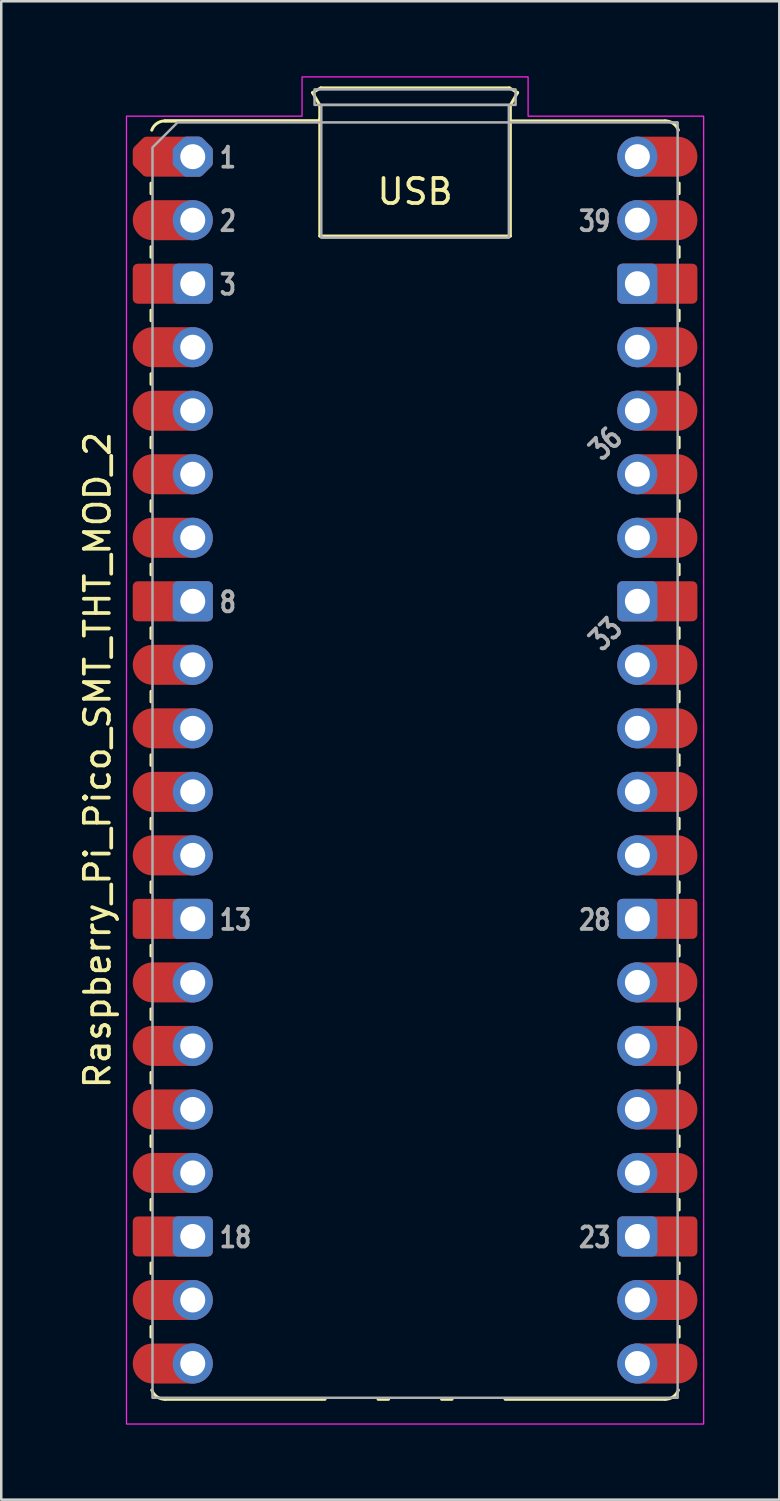
<source format=kicad_pcb>
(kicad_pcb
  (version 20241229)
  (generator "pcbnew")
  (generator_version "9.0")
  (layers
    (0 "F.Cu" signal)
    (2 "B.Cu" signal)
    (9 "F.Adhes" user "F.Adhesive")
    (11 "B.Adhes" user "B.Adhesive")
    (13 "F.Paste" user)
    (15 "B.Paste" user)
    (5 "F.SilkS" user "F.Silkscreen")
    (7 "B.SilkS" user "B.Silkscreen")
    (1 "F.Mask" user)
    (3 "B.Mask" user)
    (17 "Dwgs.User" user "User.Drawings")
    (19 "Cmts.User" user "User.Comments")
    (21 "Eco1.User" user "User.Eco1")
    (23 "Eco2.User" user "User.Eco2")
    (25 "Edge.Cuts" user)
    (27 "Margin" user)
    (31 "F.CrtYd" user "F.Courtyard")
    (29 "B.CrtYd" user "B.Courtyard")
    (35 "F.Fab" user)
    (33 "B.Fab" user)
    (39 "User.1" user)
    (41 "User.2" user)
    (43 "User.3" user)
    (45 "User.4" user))
  (footprint "Raspberry_Pi_Pico_SMT_THT_MOD_2"
    (layer "F.Cu")
    (at 4.658 3.215)
    (property "Reference" "Raspberry_Pi_Pico_SMT_THT_MOD_2" (at -3.81 24.13 270) (layer "F.SilkS") (effects (font (size 1 1) (thickness 0.15))))
    (attr through_hole)
    (fp_line (start -1.67 1.06) (end -1.67 1.48) (stroke (width 0.12) (type solid)) (layer "F.SilkS"))
    (fp_line (start -1.67 3.6) (end -1.67 4.02) (stroke (width 0.12) (type solid)) (layer "F.SilkS"))
    (fp_line (start -1.67 6.14) (end -1.67 6.56) (stroke (width 0.12) (type solid)) (layer "F.SilkS"))
    (fp_line (start -1.67 8.68) (end -1.67 9.1) (stroke (width 0.12) (type solid)) (layer "F.SilkS"))
    (fp_line (start -1.67 11.22) (end -1.67 11.64) (stroke (width 0.12) (type solid)) (layer "F.SilkS"))
    (fp_line (start -1.67 13.76) (end -1.67 14.18) (stroke (width 0.12) (type solid)) (layer "F.SilkS"))
    (fp_line (start -1.67 16.3) (end -1.67 16.72) (stroke (width 0.12) (type solid)) (layer "F.SilkS"))
    (fp_line (start -1.67 18.84) (end -1.67 19.26) (stroke (width 0.12) (type solid)) (layer "F.SilkS"))
    (fp_line (start -1.67 21.38) (end -1.67 21.8) (stroke (width 0.12) (type solid)) (layer "F.SilkS"))
    (fp_line (start -1.67 23.92) (end -1.67 24.34) (stroke (width 0.12) (type solid)) (layer "F.SilkS"))
    (fp_line (start -1.67 26.46) (end -1.67 26.88) (stroke (width 0.12) (type solid)) (layer "F.SilkS"))
    (fp_line (start -1.67 29) (end -1.67 29.42) (stroke (width 0.12) (type solid)) (layer "F.SilkS"))
    (fp_line (start -1.67 31.54) (end -1.67 31.96) (stroke (width 0.12) (type solid)) (layer "F.SilkS"))
    (fp_line (start -1.67 34.08) (end -1.67 34.5) (stroke (width 0.12) (type solid)) (layer "F.SilkS"))
    (fp_line (start -1.67 36.62) (end -1.67 37.04) (stroke (width 0.12) (type solid)) (layer "F.SilkS"))
    (fp_line (start -1.67 39.16) (end -1.67 39.58) (stroke (width 0.12) (type solid)) (layer "F.SilkS"))
    (fp_line (start -1.67 41.7) (end -1.67 42.12) (stroke (width 0.12) (type solid)) (layer "F.SilkS"))
    (fp_line (start -1.67 44.24) (end -1.67 44.66) (stroke (width 0.12) (type solid)) (layer "F.SilkS"))
    (fp_line (start -1.67 46.78) (end -1.67 47.2) (stroke (width 0.12) (type solid)) (layer "F.SilkS"))
    (fp_line (start -1.11 -1.43) (end 5.08 -1.43) (stroke (width 0.12) (type solid)) (layer "F.SilkS"))
    (fp_line (start -1.11 49.69) (end 5.29 49.69) (stroke (width 0.12) (type solid)) (layer "F.SilkS"))
    (fp_line (start 4.79 -2.56) (end 5.12 -2.75) (stroke (width 0.12) (type solid)) (layer "F.SilkS"))
    (fp_line (start 5.08 -2.06) (end 4.79 -2.56) (stroke (width 0.12) (type solid)) (layer "F.SilkS"))
    (fp_line (start 5.08 -1.524) (end 5.08 3.175) (stroke (width 0.12) (type solid)) (layer "F.SilkS"))
    (fp_line (start 5.08 -1.43) (end -1.11 -1.43) (stroke (width 0.12) (type solid)) (layer "F.SilkS"))
    (fp_line (start 5.08 -1.43) (end 5.08 -2.06) (stroke (width 0.12) (type solid)) (layer "F.SilkS"))
    (fp_line (start 5.08 3.175) (end 12.7 3.175) (stroke (width 0.12) (type solid)) (layer "F.SilkS"))
    (fp_line (start 5.12 -2.75) (end 12.66 -2.75) (stroke (width 0.12) (type solid)) (layer "F.SilkS"))
    (fp_line (start 7.41 49.69) (end 7.83 49.69) (stroke (width 0.12) (type solid)) (layer "F.SilkS"))
    (fp_line (start 9.95 49.69) (end 10.37 49.69) (stroke (width 0.12) (type solid)) (layer "F.SilkS"))
    (fp_line (start 12.49 49.69) (end 18.89 49.69) (stroke (width 0.12) (type solid)) (layer "F.SilkS"))
    (fp_line (start 12.66 -2.75) (end 12.99 -2.56) (stroke (width 0.12) (type solid)) (layer "F.SilkS"))
    (fp_line (start 12.7 -2.06) (end 12.7 -1.43) (stroke (width 0.12) (type solid)) (layer "F.SilkS"))
    (fp_line (start 12.7 3.175) (end 12.7 -1.43) (stroke (width 0.12) (type solid)) (layer "F.SilkS"))
    (fp_line (start 12.99 -2.56) (end 12.7 -2.06) (stroke (width 0.12) (type solid)) (layer "F.SilkS"))
    (fp_line (start 18.89 -1.43) (end 12.7 -1.43) (stroke (width 0.12) (type solid)) (layer "F.SilkS"))
    (fp_line (start 19.45 1.06) (end 19.45 1.48) (stroke (width 0.12) (type solid)) (layer "F.SilkS"))
    (fp_line (start 19.45 3.6) (end 19.45 4.02) (stroke (width 0.12) (type solid)) (layer "F.SilkS"))
    (fp_line (start 19.45 6.14) (end 19.45 6.56) (stroke (width 0.12) (type solid)) (layer "F.SilkS"))
    (fp_line (start 19.45 8.68) (end 19.45 9.1) (stroke (width 0.12) (type solid)) (layer "F.SilkS"))
    (fp_line (start 19.45 11.22) (end 19.45 11.64) (stroke (width 0.12) (type solid)) (layer "F.SilkS"))
    (fp_line (start 19.45 13.76) (end 19.45 14.18) (stroke (width 0.12) (type solid)) (layer "F.SilkS"))
    (fp_line (start 19.45 16.3) (end 19.45 16.72) (stroke (width 0.12) (type solid)) (layer "F.SilkS"))
    (fp_line (start 19.45 18.84) (end 19.45 19.26) (stroke (width 0.12) (type solid)) (layer "F.SilkS"))
    (fp_line (start 19.45 21.38) (end 19.45 21.8) (stroke (width 0.12) (type solid)) (layer "F.SilkS"))
    (fp_line (start 19.45 23.92) (end 19.45 24.34) (stroke (width 0.12) (type solid)) (layer "F.SilkS"))
    (fp_line (start 19.45 26.46) (end 19.45 26.88) (stroke (width 0.12) (type solid)) (layer "F.SilkS"))
    (fp_line (start 19.45 29) (end 19.45 29.42) (stroke (width 0.12) (type solid)) (layer "F.SilkS"))
    (fp_line (start 19.45 31.54) (end 19.45 31.96) (stroke (width 0.12) (type solid)) (layer "F.SilkS"))
    (fp_line (start 19.45 34.08) (end 19.45 34.5) (stroke (width 0.12) (type solid)) (layer "F.SilkS"))
    (fp_line (start 19.45 36.62) (end 19.45 37.04) (stroke (width 0.12) (type solid)) (layer "F.SilkS"))
    (fp_line (start 19.45 39.16) (end 19.45 39.58) (stroke (width 0.12) (type solid)) (layer "F.SilkS"))
    (fp_line (start 19.45 41.7) (end 19.45 42.12) (stroke (width 0.12) (type solid)) (layer "F.SilkS"))
    (fp_line (start 19.45 44.24) (end 19.45 44.66) (stroke (width 0.12) (type solid)) (layer "F.SilkS"))
    (fp_line (start 19.45 46.78) (end 19.45 47.2) (stroke (width 0.12) (type solid)) (layer "F.SilkS"))
    (fp_arc (start -1.64 -1.06) (mid -1.433508 -1.328808) (end -1.11 -1.43) (stroke (width 0.12) (type solid)) (layer "F.SilkS"))
    (fp_arc (start -1.11 49.69) (mid -1.433508 49.588809) (end -1.64 49.32) (stroke (width 0.12) (type solid)) (layer "F.SilkS"))
    (fp_arc (start 18.89 -1.43) (mid 19.213508 -1.328809) (end 19.42 -1.06) (stroke (width 0.12) (type solid)) (layer "F.SilkS"))
    (fp_arc (start 19.42 49.32) (mid 19.213508 49.588808) (end 18.89 49.69) (stroke (width 0.12) (type solid)) (layer "F.SilkS"))
    (fp_poly (pts (xy 13.41 -1.62) (xy 20.43 -1.62) (xy 20.43 50.68) (xy -2.65 50.68) (xy -2.65 -1.62) (xy 4.37 -1.62) (xy 4.37 -3.19) (xy 13.41 -3.19)) (stroke (width 0.05) (type solid)) (fill no) (layer "F.CrtYd"))
    (fp_rect (start 4.87 -2.69) (end 12.91 -2.07) (stroke (width 0.1) (type solid)) (fill no) (layer "F.Fab"))
    (fp_rect (start 5.14 -2.07) (end 12.64 3.24) (stroke (width 0.1) (type solid)) (fill no) (layer "F.Fab"))
    (fp_poly (pts (xy 19.39 49.63) (xy -1.61 49.63) (xy -1.61 -0.37) (xy -0.61 -1.37) (xy 19.39 -1.37)) (stroke (width 0.1) (type solid)) (fill no) (layer "F.Fab"))
    (fp_text user "USB" (at 8.89 1.397 0) (unlocked yes) (layer "F.SilkS") (effects (font (size 1 1) (thickness 0.15))))
    (fp_text user "2" (at 1 2.578 0) (unlocked yes) (layer "F.Fab") (effects (font (size 0.8 0.64) (thickness 0.15)) (justify left)))
    (fp_text user "1" (at 1 0.038 0) (unlocked yes) (layer "F.Fab") (effects (font (size 0.8 0.64) (thickness 0.15)) (justify left)))
    (fp_text user "3" (at 1 5.118 0) (unlocked yes) (layer "F.Fab") (effects (font (size 0.8 0.64) (thickness 0.15)) (justify left)))
    (fp_text user "23" (at 16.78 43.218 0) (unlocked yes) (layer "F.Fab") (effects (font (size 0.8 0.64) (thickness 0.15)) (justify right)))
    (fp_text user "39" (at 16.78 2.578 0) (unlocked yes) (layer "F.Fab") (effects (font (size 0.8 0.64) (thickness 0.15)) (justify right)))
    (fp_text user "36" (at 16.51 11.468 45) (unlocked yes) (layer "F.Fab") (effects (font (size 0.8 0.64) (thickness 0.15))))
    (fp_text user "8" (at 1 17.818 0) (unlocked yes) (layer "F.Fab") (effects (font (size 0.8 0.64) (thickness 0.15)) (justify left)))
    (fp_text user "28" (at 16.78 30.518 0) (unlocked yes) (layer "F.Fab") (effects (font (size 0.8 0.64) (thickness 0.15)) (justify right)))
    (fp_text user "33" (at 16.51 19.088 45) (unlocked yes) (layer "F.Fab") (effects (font (size 0.8 0.64) (thickness 0.15))))
    (fp_text user "18" (at 1 43.218 0) (unlocked yes) (layer "F.Fab") (effects (font (size 0.8 0.64) (thickness 0.15)) (justify left)))
    (fp_text user "13" (at 1 30.518 0) (unlocked yes) (layer "F.Fab") (effects (font (size 0.8 0.64) (thickness 0.15)) (justify left)))
    (pad "1" smd custom (at -1.6 0) (size 1.6 1.6) (layers "F.Cu" "F.Mask") (options (anchor circle)) (primitives (gr_poly (pts (xy 2.2 0.249) (xy 1.849 0.6) (xy -0.249 0.6) (xy -0.6 0.249) (xy -0.6 -0.249) (xy -0.249 -0.6) (xy 1.849 -0.6) (xy 2.2 -0.249)) (width 0.4) (fill yes))))
    (pad "1" thru_hole custom (at 0 0) (size 1.6 1.6) (drill 1) (layers "*.Cu" "*.Mask") (options (anchor circle)) (primitives (gr_poly (pts (xy 0.6 0.249) (xy 0.249 0.6) (xy -0.249 0.6) (xy -0.6 0.249) (xy -0.6 -0.249) (xy -0.249 -0.6) (xy 0.249 -0.6) (xy 0.6 -0.249)) (width 0.4) (fill yes))))
    (pad "2" smd oval (at -1.6 2.54) (size 3.2 1.6) (drill (offset 0.8 0)) (layers "F.Cu" "F.Mask"))
    (pad "2" thru_hole circle (at 0 2.54) (size 1.6 1.6) (drill 1) (layers "*.Cu" "*.Mask"))
    (pad "3" smd roundrect (at -1.6 5.08) (size 3.2 1.6) (drill (offset 0.8 0)) (layers "F.Cu" "F.Mask") (roundrect_rratio 0.125))
    (pad "3" thru_hole roundrect (at 0 5.08) (size 1.6 1.6) (drill 1) (layers "*.Cu" "*.Mask") (roundrect_rratio 0.125))
    (pad "4" smd oval (at -1.6 7.62) (size 3.2 1.6) (drill (offset 0.8 0)) (layers "F.Cu" "F.Mask"))
    (pad "4" thru_hole circle (at 0 7.62) (size 1.6 1.6) (drill 1) (layers "*.Cu" "*.Mask"))
    (pad "5" smd oval (at -1.6 10.16) (size 3.2 1.6) (drill (offset 0.8 0)) (layers "F.Cu" "F.Mask"))
    (pad "5" thru_hole circle (at 0 10.16) (size 1.6 1.6) (drill 1) (layers "*.Cu" "*.Mask"))
    (pad "6" smd oval (at -1.6 12.7) (size 3.2 1.6) (drill (offset 0.8 0)) (layers "F.Cu" "F.Mask"))
    (pad "6" thru_hole circle (at 0 12.7) (size 1.6 1.6) (drill 1) (layers "*.Cu" "*.Mask"))
    (pad "7" smd oval (at -1.6 15.24) (size 3.2 1.6) (drill (offset 0.8 0)) (layers "F.Cu" "F.Mask"))
    (pad "7" thru_hole circle (at 0 15.24) (size 1.6 1.6) (drill 1) (layers "*.Cu" "*.Mask"))
    (pad "8" smd roundrect (at -1.6 17.78) (size 3.2 1.6) (drill (offset 0.8 0)) (layers "F.Cu" "F.Mask") (roundrect_rratio 0.125))
    (pad "8" thru_hole roundrect (at 0 17.78) (size 1.6 1.6) (drill 1) (layers "*.Cu" "*.Mask") (roundrect_rratio 0.125))
    (pad "9" smd oval (at -1.6 20.32) (size 3.2 1.6) (drill (offset 0.8 0)) (layers "F.Cu" "F.Mask"))
    (pad "9" thru_hole circle (at 0 20.32) (size 1.6 1.6) (drill 1) (layers "*.Cu" "*.Mask"))
    (pad "10" smd oval (at -1.6 22.86) (size 3.2 1.6) (drill (offset 0.8 0)) (layers "F.Cu" "F.Mask"))
    (pad "10" thru_hole circle (at 0 22.86) (size 1.6 1.6) (drill 1) (layers "*.Cu" "*.Mask"))
    (pad "11" smd oval (at -1.6 25.4) (size 3.2 1.6) (drill (offset 0.8 0)) (layers "F.Cu" "F.Mask"))
    (pad "11" thru_hole circle (at 0 25.4) (size 1.6 1.6) (drill 1) (layers "*.Cu" "*.Mask"))
    (pad "12" smd oval (at -1.6 27.94) (size 3.2 1.6) (drill (offset 0.8 0)) (layers "F.Cu" "F.Mask"))
    (pad "12" thru_hole circle (at 0 27.94) (size 1.6 1.6) (drill 1) (layers "*.Cu" "*.Mask"))
    (pad "13" smd roundrect (at -1.6 30.48) (size 3.2 1.6) (drill (offset 0.8 0)) (layers "F.Cu" "F.Mask") (roundrect_rratio 0.125))
    (pad "13" thru_hole roundrect (at 0 30.48) (size 1.6 1.6) (drill 1) (layers "*.Cu" "*.Mask") (roundrect_rratio 0.125))
    (pad "14" smd oval (at -1.6 33.02) (size 3.2 1.6) (drill (offset 0.8 0)) (layers "F.Cu" "F.Mask"))
    (pad "14" thru_hole circle (at 0 33.02) (size 1.6 1.6) (drill 1) (layers "*.Cu" "*.Mask"))
    (pad "15" smd oval (at -1.6 35.56) (size 3.2 1.6) (drill (offset 0.8 0)) (layers "F.Cu" "F.Mask"))
    (pad "15" thru_hole circle (at 0 35.56) (size 1.6 1.6) (drill 1) (layers "*.Cu" "*.Mask"))
    (pad "16" smd oval (at -1.6 38.1) (size 3.2 1.6) (drill (offset 0.8 0)) (layers "F.Cu" "F.Mask"))
    (pad "16" thru_hole circle (at 0 38.1) (size 1.6 1.6) (drill 1) (layers "*.Cu" "*.Mask"))
    (pad "17" smd oval (at -1.6 40.64) (size 3.2 1.6) (drill (offset 0.8 0)) (layers "F.Cu" "F.Mask"))
    (pad "17" thru_hole circle (at 0 40.64) (size 1.6 1.6) (drill 1) (layers "*.Cu" "*.Mask"))
    (pad "18" smd roundrect (at -1.6 43.18) (size 3.2 1.6) (drill (offset 0.8 0)) (layers "F.Cu" "F.Mask") (roundrect_rratio 0.125))
    (pad "18" thru_hole roundrect (at 0 43.18) (size 1.6 1.6) (drill 1) (layers "*.Cu" "*.Mask") (roundrect_rratio 0.125))
    (pad "19" smd oval (at -1.6 45.72) (size 3.2 1.6) (drill (offset 0.8 0)) (layers "F.Cu" "F.Mask"))
    (pad "19" thru_hole circle (at 0 45.72) (size 1.6 1.6) (drill 1) (layers "*.Cu" "*.Mask"))
    (pad "20" smd oval (at -1.6 48.26) (size 3.2 1.6) (drill (offset 0.8 0)) (layers "F.Cu" "F.Mask"))
    (pad "20" thru_hole circle (at 0 48.26) (size 1.6 1.6) (drill 1) (layers "*.Cu" "*.Mask"))
    (pad "21" thru_hole circle (at 17.78 48.26) (size 1.6 1.6) (drill 1) (layers "*.Cu" "*.Mask"))
    (pad "21" smd oval (at 19.38 48.26) (size 3.2 1.6) (drill (offset -0.8 0)) (layers "F.Cu" "F.Mask"))
    (pad "22" thru_hole circle (at 17.78 45.72) (size 1.6 1.6) (drill 1) (layers "*.Cu" "*.Mask"))
    (pad "22" smd oval (at 19.38 45.72) (size 3.2 1.6) (drill (offset -0.8 0)) (layers "F.Cu" "F.Mask"))
    (pad "23" thru_hole roundrect (at 17.78 43.18) (size 1.6 1.6) (drill 1) (layers "*.Cu" "*.Mask") (roundrect_rratio 0.125))
    (pad "23" smd roundrect (at 19.38 43.18) (size 3.2 1.6) (drill (offset -0.8 0)) (layers "F.Cu" "F.Mask") (roundrect_rratio 0.125))
    (pad "24" thru_hole circle (at 17.78 40.64) (size 1.6 1.6) (drill 1) (layers "*.Cu" "*.Mask"))
    (pad "24" smd oval (at 19.38 40.64) (size 3.2 1.6) (drill (offset -0.8 0)) (layers "F.Cu" "F.Mask"))
    (pad "25" thru_hole circle (at 17.78 38.1) (size 1.6 1.6) (drill 1) (layers "*.Cu" "*.Mask"))
    (pad "25" smd oval (at 19.38 38.1) (size 3.2 1.6) (drill (offset -0.8 0)) (layers "F.Cu" "F.Mask"))
    (pad "26" thru_hole circle (at 17.78 35.56) (size 1.6 1.6) (drill 1) (layers "*.Cu" "*.Mask"))
    (pad "26" smd oval (at 19.38 35.56) (size 3.2 1.6) (drill (offset -0.8 0)) (layers "F.Cu" "F.Mask"))
    (pad "27" thru_hole circle (at 17.78 33.02) (size 1.6 1.6) (drill 1) (layers "*.Cu" "*.Mask"))
    (pad "27" smd oval (at 19.38 33.02) (size 3.2 1.6) (drill (offset -0.8 0)) (layers "F.Cu" "F.Mask"))
    (pad "28" thru_hole roundrect (at 17.78 30.48) (size 1.6 1.6) (drill 1) (layers "*.Cu" "*.Mask") (roundrect_rratio 0.125))
    (pad "28" smd roundrect (at 19.38 30.48) (size 3.2 1.6) (drill (offset -0.8 0)) (layers "F.Cu" "F.Mask") (roundrect_rratio 0.125))
    (pad "29" thru_hole circle (at 17.78 27.94) (size 1.6 1.6) (drill 1) (layers "*.Cu" "*.Mask"))
    (pad "29" smd oval (at 19.38 27.94) (size 3.2 1.6) (drill (offset -0.8 0)) (layers "F.Cu" "F.Mask"))
    (pad "30" thru_hole circle (at 17.78 25.4) (size 1.6 1.6) (drill 1) (layers "*.Cu" "*.Mask"))
    (pad "30" smd oval (at 19.38 25.4) (size 3.2 1.6) (drill (offset -0.8 0)) (layers "F.Cu" "F.Mask"))
    (pad "31" thru_hole circle (at 17.78 22.86) (size 1.6 1.6) (drill 1) (layers "*.Cu" "*.Mask"))
    (pad "31" smd oval (at 19.38 22.86) (size 3.2 1.6) (drill (offset -0.8 0)) (layers "F.Cu" "F.Mask"))
    (pad "32" thru_hole circle (at 17.78 20.32) (size 1.6 1.6) (drill 1) (layers "*.Cu" "*.Mask"))
    (pad "32" smd oval (at 19.38 20.32) (size 3.2 1.6) (drill (offset -0.8 0)) (layers "F.Cu" "F.Mask"))
    (pad "33" thru_hole roundrect (at 17.78 17.78) (size 1.6 1.6) (drill 1) (layers "*.Cu" "*.Mask") (roundrect_rratio 0.125))
    (pad "33" smd roundrect (at 19.38 17.78) (size 3.2 1.6) (drill (offset -0.8 0)) (layers "F.Cu" "F.Mask") (roundrect_rratio 0.125))
    (pad "34" thru_hole circle (at 17.78 15.24) (size 1.6 1.6) (drill 1) (layers "*.Cu" "*.Mask"))
    (pad "34" smd oval (at 19.38 15.24) (size 3.2 1.6) (drill (offset -0.8 0)) (layers "F.Cu" "F.Mask"))
    (pad "35" thru_hole circle (at 17.78 12.7) (size 1.6 1.6) (drill 1) (layers "*.Cu" "*.Mask"))
    (pad "35" smd oval (at 19.38 12.7) (size 3.2 1.6) (drill (offset -0.8 0)) (layers "F.Cu" "F.Mask"))
    (pad "36" thru_hole circle (at 17.78 10.16) (size 1.6 1.6) (drill 1) (layers "*.Cu" "*.Mask"))
    (pad "36" smd oval (at 19.38 10.16) (size 3.2 1.6) (drill (offset -0.8 0)) (layers "F.Cu" "F.Mask"))
    (pad "37" thru_hole circle (at 17.78 7.62) (size 1.6 1.6) (drill 1) (layers "*.Cu" "*.Mask"))
    (pad "37" smd oval (at 19.38 7.62) (size 3.2 1.6) (drill (offset -0.8 0)) (layers "F.Cu" "F.Mask"))
    (pad "38" thru_hole roundrect (at 17.78 5.08) (size 1.6 1.6) (drill 1) (layers "*.Cu" "*.Mask") (roundrect_rratio 0.125))
    (pad "38" smd roundrect (at 19.38 5.08) (size 3.2 1.6) (drill (offset -0.8 0)) (layers "F.Cu" "F.Mask") (roundrect_rratio 0.125))
    (pad "39" thru_hole circle (at 17.78 2.54) (size 1.6 1.6) (drill 1) (layers "*.Cu" "*.Mask"))
    (pad "39" smd oval (at 19.38 2.54) (size 3.2 1.6) (drill (offset -0.8 0)) (layers "F.Cu" "F.Mask"))
    (pad "40" thru_hole circle (at 17.78 0) (size 1.6 1.6) (drill 1) (layers "*.Cu" "*.Mask"))
    (pad "40" smd oval (at 19.38 0) (size 3.2 1.6) (drill (offset -0.8 0)) (layers "F.Cu" "F.Mask"))
    (zone (net_name "") (layer "F.Cu") (name "Test Point Keepout") (hatch full 0.508) (connect_pads) (min_thickness 0.254) (filled_areas_thickness no) (keepout (tracks not_allowed) (vias not_allowed) (pads allowed) (copperpour not_allowed) (footprints allowed)) (placement (enabled no)) (fill) (polygon (pts (xy 12.098 10.895) (xy 9.998 10.895) (xy 9.998 8.795) (xy 12.098 8.795))))
    (zone (net_name "") (layer "F.Cu") (name "Test Point Keepout") (hatch full 0.508) (connect_pads) (min_thickness 0.254) (filled_areas_thickness no) (keepout (tracks not_allowed) (vias not_allowed) (pads allowed) (copperpour not_allowed) (footprints allowed)) (placement (enabled no)) (fill) (polygon (pts (xy 12.098 13.395) (xy 9.998 13.395) (xy 9.998 11.295) (xy 12.098 11.295))))
    (zone (net_name "") (layer "F.Cu") (name "Test Point Keepout") (hatch full 0.508) (connect_pads) (min_thickness 0.254) (filled_areas_thickness no) (keepout (tracks not_allowed) (vias not_allowed) (pads allowed) (copperpour not_allowed) (footprints allowed)) (placement (enabled no)) (fill) (polygon (pts (xy 12.098 15.895) (xy 9.998 15.895) (xy 9.998 13.795) (xy 12.098 13.795))))
    (zone (net_name "") (layer "F.Cu") (name "Test Point Keepout") (hatch full 0.508) (connect_pads) (min_thickness 0.254) (filled_areas_thickness no) (keepout (tracks not_allowed) (vias not_allowed) (pads allowed) (copperpour not_allowed) (footprints allowed)) (placement (enabled no)) (fill) (polygon (pts (xy 14.598 7.395) (xy 12.498 7.395) (xy 12.498 5.295) (xy 14.598 5.295))))
    (zone (net_name "") (layer "F.Cu") (name "Test Point Keepout") (hatch full 0.508) (connect_pads) (min_thickness 0.254) (filled_areas_thickness no) (keepout (tracks not_allowed) (vias not_allowed) (pads allowed) (copperpour not_allowed) (footprints allowed)) (placement (enabled no)) (fill) (polygon (pts (xy 15.598 4.095) (xy 11.498 4.095) (xy 11.498 1.995) (xy 15.598 1.995)))))
  (gr_rect
    (start -3 -3)
    (end 28.113 56.92)
    (stroke (width 0.1) (type default))
    (fill no)
    (layer "Edge.Cuts")))
</source>
